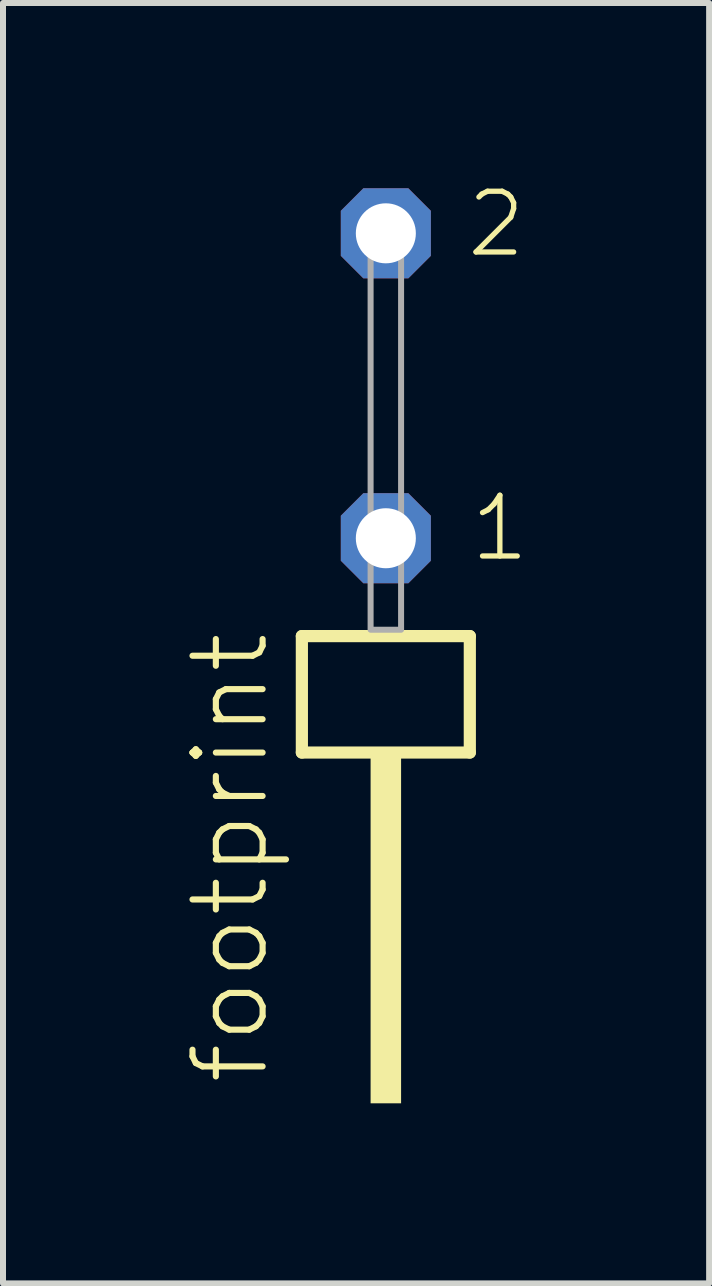
<source format=kicad_pcb>
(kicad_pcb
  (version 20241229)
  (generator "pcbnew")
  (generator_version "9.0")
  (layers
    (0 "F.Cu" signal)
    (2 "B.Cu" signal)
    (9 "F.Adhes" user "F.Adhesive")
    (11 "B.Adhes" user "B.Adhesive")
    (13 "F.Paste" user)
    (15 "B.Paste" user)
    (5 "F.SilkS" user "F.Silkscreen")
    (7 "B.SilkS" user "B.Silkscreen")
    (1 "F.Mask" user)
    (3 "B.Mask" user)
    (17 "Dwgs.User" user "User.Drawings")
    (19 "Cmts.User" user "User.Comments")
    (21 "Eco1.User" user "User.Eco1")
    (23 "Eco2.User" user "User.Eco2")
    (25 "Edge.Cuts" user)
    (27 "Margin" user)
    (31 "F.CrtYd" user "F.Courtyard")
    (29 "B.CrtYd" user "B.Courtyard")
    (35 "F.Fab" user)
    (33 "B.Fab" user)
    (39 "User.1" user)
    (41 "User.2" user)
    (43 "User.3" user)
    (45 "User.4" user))
  (footprint "footprint"
    (layer "F.Cu")
    (at 3.378 7.441)
    (property "Reference" "footprint" (at -1.905 7.62 90) (layer "F.SilkS") (effects (font (size 1.168 1.168) (thickness 0.102)) (justify left bottom)))
    (fp_line (start -1.399 0.106) (end -1.399 2.046) (stroke (width 0.203) (type solid)) (layer "F.SilkS"))
    (fp_line (start -1.399 2.046) (end 1.399 2.046) (stroke (width 0.203) (type solid)) (layer "F.SilkS"))
    (fp_line (start 1.399 0.106) (end -1.399 0.106) (stroke (width 0.203) (type solid)) (layer "F.SilkS"))
    (fp_line (start 1.399 2.046) (end 1.399 0.106) (stroke (width 0.203) (type solid)) (layer "F.SilkS"))
    (fp_poly (pts (xy -0.254 7.89) (xy 0.254 7.89) (xy 0.254 2.04) (xy -0.254 2.04)) (stroke (width 0) (type solid)) (fill yes) (layer "F.SilkS"))
    (fp_poly (pts (xy -0.254 0) (xy 0.254 0) (xy 0.254 -6.858) (xy -0.254 -6.858)) (stroke (width 0.1) (type solid)) (fill no) (layer "F.Fab"))
    (fp_text user "1" (at 1.36 -1.1 0) (layer "F.SilkS") (effects (font (size 1.012 1.012) (thickness 0.088)) (justify left bottom)))
    (fp_text user "2" (at 1.3 -6.165 0) (layer "F.SilkS") (effects (font (size 1.012 1.012) (thickness 0.088)) (justify left bottom)))
    (pad "1" thru_hole roundrect (at 0 -1.524 180) (size 1.5 1.5) (drill 1) (layers "*.Cu" "*.Mask") (roundrect_rratio 0.25) (chamfer_ratio 0.25) (chamfer top_left top_right bottom_left bottom_right))
    (pad "2" thru_hole roundrect (at 0 -6.604 180) (size 1.5 1.5) (drill 1) (layers "*.Cu" "*.Mask") (roundrect_rratio 0.25) (chamfer_ratio 0.25) (chamfer top_left top_right bottom_left bottom_right)))
  (gr_rect
    (start -3 -3)
    (end 8.764 18.331)
    (stroke (width 0.1) (type default))
    (fill no)
    (layer "Edge.Cuts")))
</source>
